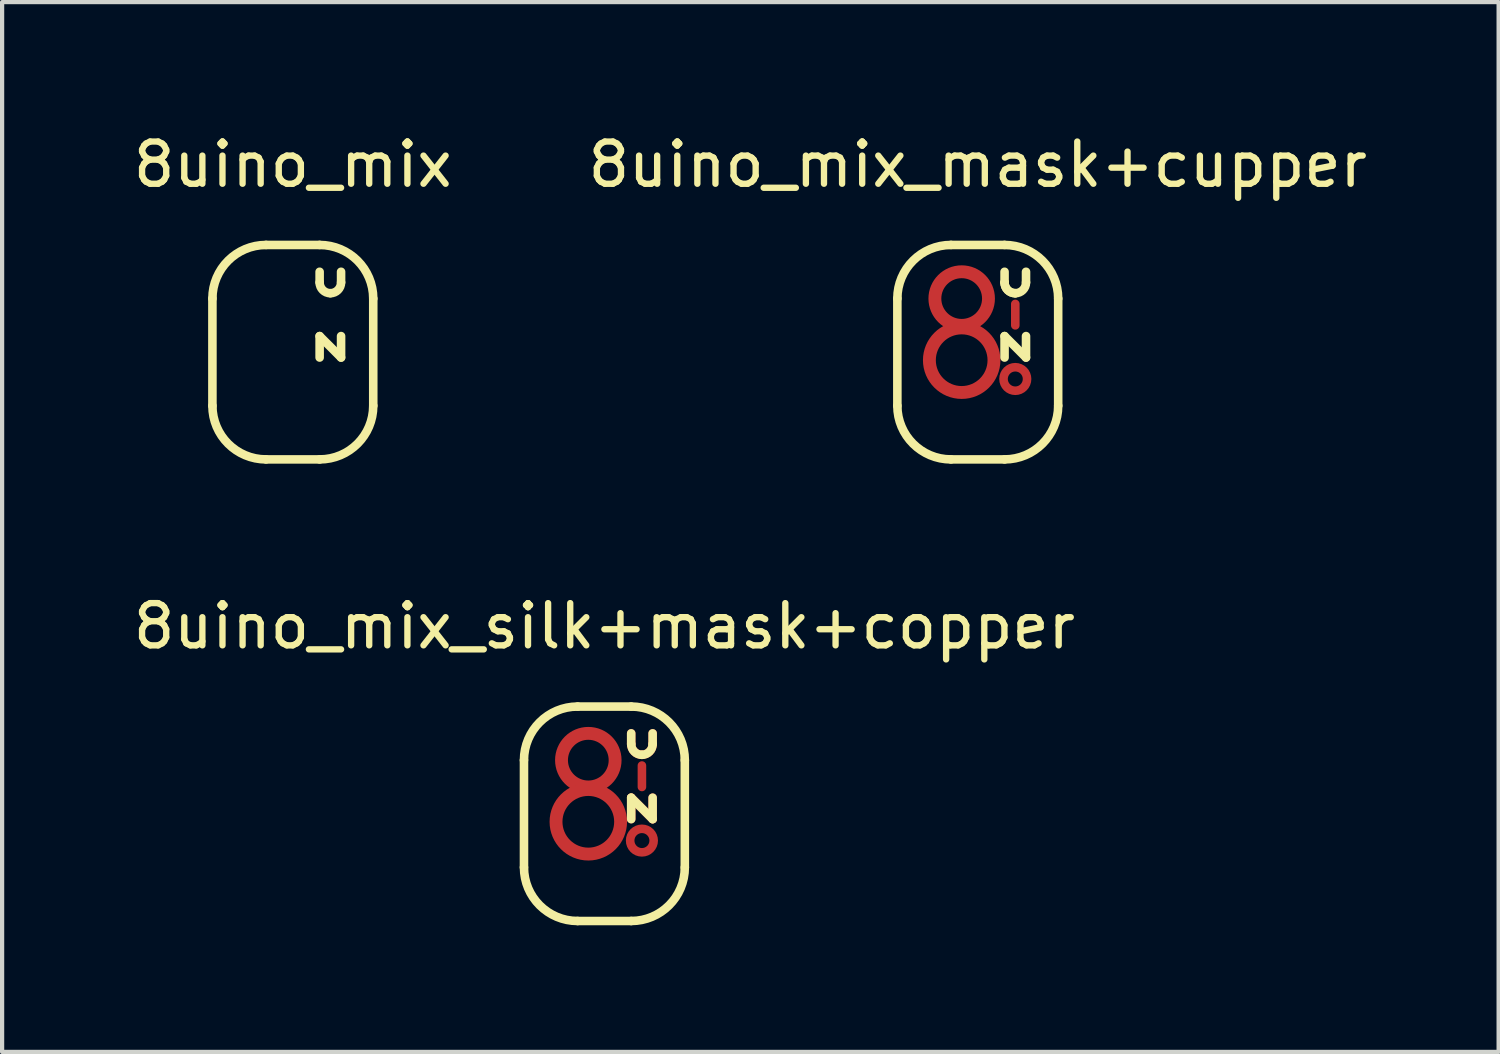
<source format=kicad_pcb>
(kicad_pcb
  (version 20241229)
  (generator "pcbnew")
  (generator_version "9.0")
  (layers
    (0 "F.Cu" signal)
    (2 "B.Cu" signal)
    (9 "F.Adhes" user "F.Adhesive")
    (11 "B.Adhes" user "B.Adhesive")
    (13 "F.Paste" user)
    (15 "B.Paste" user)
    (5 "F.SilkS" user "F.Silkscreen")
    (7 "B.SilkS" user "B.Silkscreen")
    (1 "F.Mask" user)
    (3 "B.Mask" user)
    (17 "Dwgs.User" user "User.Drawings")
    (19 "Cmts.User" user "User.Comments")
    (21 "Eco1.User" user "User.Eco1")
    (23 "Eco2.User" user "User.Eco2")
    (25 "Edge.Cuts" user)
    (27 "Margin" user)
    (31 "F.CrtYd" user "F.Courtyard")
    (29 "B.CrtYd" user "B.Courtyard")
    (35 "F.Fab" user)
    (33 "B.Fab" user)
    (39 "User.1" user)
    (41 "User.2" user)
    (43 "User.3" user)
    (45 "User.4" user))
  (footprint "8uino_mix_mask+cupper"
    (layer "F.Cu")
    (at 20.113 5.928)
    (property "Reference" "8uino_mix_mask+cupper" (at 0 -5.08 0) (layer "F.SilkS") (effects (font (size 1 1) (thickness 0.15))))
    (attr through_hole)
    (fp_line (start 0.889 -1.778) (end 0.889 -1.27) (stroke (width 0.203) (type solid)) (layer "F.Cu"))
    (fp_circle (center -0.381 -1.905) (end 0.127 -1.524) (stroke (width 0.305) (type solid)) (fill no) (layer "F.Cu"))
    (fp_circle (center -0.381 -0.445) (end 0.127 0.127) (stroke (width 0.305) (type solid)) (fill no) (layer "F.Cu"))
    (fp_circle (center 0.889 0) (end 1.168 0) (stroke (width 0.203) (type solid)) (fill no) (layer "F.Cu"))
    (fp_line (start 0.889 -1.778) (end 0.889 -1.27) (stroke (width 0.203) (type solid)) (layer "F.Mask"))
    (fp_circle (center -0.381 -1.905) (end 0.127 -1.524) (stroke (width 0.305) (type solid)) (fill no) (layer "F.Mask"))
    (fp_circle (center -0.381 -0.445) (end 0.127 0.127) (stroke (width 0.305) (type solid)) (fill no) (layer "F.Mask"))
    (fp_circle (center 0.889 0) (end 1.168 0) (stroke (width 0.203) (type solid)) (fill no) (layer "F.Mask"))
    (fp_line (start -1.905 -1.905) (end -1.905 0.635) (stroke (width 0.203) (type solid)) (layer "F.SilkS"))
    (fp_line (start 0.635 -3.175) (end -0.635 -3.175) (stroke (width 0.203) (type solid)) (layer "F.SilkS"))
    (fp_line (start 0.635 -2.286) (end 0.635 -2.54) (stroke (width 0.203) (type solid)) (layer "F.SilkS"))
    (fp_line (start 0.635 -1.016) (end 1.143 -0.508) (stroke (width 0.203) (type solid)) (layer "F.SilkS"))
    (fp_line (start 0.635 -0.508) (end 0.635 -1.016) (stroke (width 0.203) (type solid)) (layer "F.SilkS"))
    (fp_line (start 0.635 1.905) (end -0.635 1.905) (stroke (width 0.203) (type solid)) (layer "F.SilkS"))
    (fp_line (start 1.143 -2.286) (end 1.143 -2.54) (stroke (width 0.203) (type solid)) (layer "F.SilkS"))
    (fp_line (start 1.143 -0.508) (end 1.143 -1.016) (stroke (width 0.203) (type solid)) (layer "F.SilkS"))
    (fp_line (start 1.905 0.635) (end 1.905 -1.905) (stroke (width 0.203) (type solid)) (layer "F.SilkS"))
    (fp_arc (start -1.905 -1.905) (mid -1.533026 -2.803026) (end -0.635 -3.175) (stroke (width 0.2032) (type solid)) (layer "F.SilkS"))
    (fp_arc (start -0.635 1.905) (mid -1.533026 1.533026) (end -1.905 0.635) (stroke (width 0.2032) (type solid)) (layer "F.SilkS"))
    (fp_arc (start 0.635 -3.175) (mid 1.533026 -2.803026) (end 1.905 -1.905) (stroke (width 0.2032) (type solid)) (layer "F.SilkS"))
    (fp_arc (start 0.889 -2.032) (mid 0.709395 -2.106395) (end 0.635 -2.286) (stroke (width 0.2032) (type solid)) (layer "F.SilkS"))
    (fp_arc (start 0.889 -2.032) (mid 0.709395 -2.106395) (end 0.635 -2.286) (stroke (width 0.2032) (type solid)) (layer "F.SilkS"))
    (fp_arc (start 1.143 -2.286) (mid 1.068605 -2.106395) (end 0.889 -2.032) (stroke (width 0.2032) (type solid)) (layer "F.SilkS"))
    (fp_arc (start 1.905 0.635) (mid 1.533026 1.533026) (end 0.635 1.905) (stroke (width 0.2032) (type solid)) (layer "F.SilkS")))
  (footprint "8uino_mix"
    (layer "F.Cu")
    (at 3.887 5.928)
    (property "Reference" "8uino_mix" (at 0 -5.08 0) (layer "F.SilkS") (effects (font (size 1 1) (thickness 0.15))))
    (attr through_hole)
    (fp_line (start 0.889 -1.778) (end 0.889 -1.27) (stroke (width 0.203) (type solid)) (layer "F.Mask"))
    (fp_arc (start 0.635 0) (mid 0.709395 -0.179605) (end 0.889 -0.254) (stroke (width 0.2032) (type solid)) (layer "F.Mask"))
    (fp_arc (start 0.889 -0.254) (mid 1.068605 -0.179605) (end 1.143 0) (stroke (width 0.2032) (type solid)) (layer "F.Mask"))
    (fp_arc (start 0.889 0.254) (mid 0.709395 0.179605) (end 0.635 0) (stroke (width 0.2032) (type solid)) (layer "F.Mask"))
    (fp_arc (start 1.143 0) (mid 1.068605 0.179605) (end 0.889 0.254) (stroke (width 0.2032) (type solid)) (layer "F.Mask"))
    (fp_circle (center -0.381 -1.905) (end 0.127 -1.524) (stroke (width 0.3) (type solid)) (fill no) (layer "F.Mask"))
    (fp_circle (center -0.381 -0.445) (end 0.127 0.127) (stroke (width 0.3) (type solid)) (fill no) (layer "F.Mask"))
    (fp_line (start -1.905 -1.905) (end -1.905 0.635) (stroke (width 0.203) (type solid)) (layer "F.SilkS"))
    (fp_line (start 0.635 -3.175) (end -0.635 -3.175) (stroke (width 0.203) (type solid)) (layer "F.SilkS"))
    (fp_line (start 0.635 -2.286) (end 0.635 -2.54) (stroke (width 0.203) (type solid)) (layer "F.SilkS"))
    (fp_line (start 0.635 -1.016) (end 1.143 -0.508) (stroke (width 0.203) (type solid)) (layer "F.SilkS"))
    (fp_line (start 0.635 -0.508) (end 0.635 -1.016) (stroke (width 0.203) (type solid)) (layer "F.SilkS"))
    (fp_line (start 0.635 1.905) (end -0.635 1.905) (stroke (width 0.203) (type solid)) (layer "F.SilkS"))
    (fp_line (start 1.143 -2.286) (end 1.143 -2.54) (stroke (width 0.203) (type solid)) (layer "F.SilkS"))
    (fp_line (start 1.143 -0.508) (end 1.143 -1.016) (stroke (width 0.203) (type solid)) (layer "F.SilkS"))
    (fp_line (start 1.905 0.635) (end 1.905 -1.905) (stroke (width 0.203) (type solid)) (layer "F.SilkS"))
    (fp_arc (start -1.905 -1.905) (mid -1.533026 -2.803026) (end -0.635 -3.175) (stroke (width 0.2032) (type solid)) (layer "F.SilkS"))
    (fp_arc (start -0.635 1.905) (mid -1.533026 1.533026) (end -1.905 0.635) (stroke (width 0.2032) (type solid)) (layer "F.SilkS"))
    (fp_arc (start 0.635 -3.175) (mid 1.533026 -2.803026) (end 1.905 -1.905) (stroke (width 0.2032) (type solid)) (layer "F.SilkS"))
    (fp_arc (start 0.889 -2.032) (mid 0.709395 -2.106395) (end 0.635 -2.286) (stroke (width 0.2032) (type solid)) (layer "F.SilkS"))
    (fp_arc (start 1.143 -2.286) (mid 1.068605 -2.106395) (end 0.889 -2.032) (stroke (width 0.2032) (type solid)) (layer "F.SilkS"))
    (fp_arc (start 1.905 0.635) (mid 1.533026 1.533026) (end 0.635 1.905) (stroke (width 0.2032) (type solid)) (layer "F.SilkS")))
  (footprint "8uino_mix_silk+mask+copper"
    (layer "F.Cu")
    (at 11.268 16.863)
    (property "Reference" "8uino_mix_silk+mask+copper" (at 0 -5.08 0) (layer "F.SilkS") (effects (font (size 1 1) (thickness 0.15))))
    (attr through_hole)
    (fp_line (start 0.635 -2.286) (end 0.635 -2.54) (stroke (width 0.203) (type solid)) (layer "F.Cu"))
    (fp_line (start 0.635 -1.016) (end 1.143 -0.508) (stroke (width 0.203) (type solid)) (layer "F.Cu"))
    (fp_line (start 0.635 -0.508) (end 0.635 -1.016) (stroke (width 0.203) (type solid)) (layer "F.Cu"))
    (fp_line (start 0.889 -1.778) (end 0.889 -1.27) (stroke (width 0.203) (type solid)) (layer "F.Cu"))
    (fp_line (start 1.143 -2.54) (end 1.143 -2.286) (stroke (width 0.203) (type solid)) (layer "F.Cu"))
    (fp_line (start 1.143 -0.508) (end 1.143 -1.016) (stroke (width 0.203) (type solid)) (layer "F.Cu"))
    (fp_arc (start 0.889 -2.032) (mid 0.709395 -2.106395) (end 0.635 -2.286) (stroke (width 0.2032) (type solid)) (layer "F.Cu"))
    (fp_arc (start 1.143 -2.286) (mid 1.068605 -2.106395) (end 0.889 -2.032) (stroke (width 0.2032) (type solid)) (layer "F.Cu"))
    (fp_circle (center -0.381 -1.905) (end 0.127 -1.524) (stroke (width 0.305) (type solid)) (fill no) (layer "F.Cu"))
    (fp_circle (center -0.381 -0.445) (end 0.127 0.127) (stroke (width 0.305) (type solid)) (fill no) (layer "F.Cu"))
    (fp_circle (center 0.889 0) (end 1.168 0) (stroke (width 0.203) (type solid)) (fill no) (layer "F.Cu"))
    (fp_line (start 0.889 -1.778) (end 0.889 -1.27) (stroke (width 0.203) (type solid)) (layer "F.Mask"))
    (fp_circle (center -0.381 -1.905) (end 0.127 -1.524) (stroke (width 0.305) (type solid)) (fill no) (layer "F.Mask"))
    (fp_circle (center -0.381 -0.445) (end 0.127 0.127) (stroke (width 0.305) (type solid)) (fill no) (layer "F.Mask"))
    (fp_circle (center 0.889 0) (end 1.168 0) (stroke (width 0.203) (type solid)) (fill no) (layer "F.Mask"))
    (fp_line (start -1.905 -1.905) (end -1.905 0.635) (stroke (width 0.203) (type solid)) (layer "F.SilkS"))
    (fp_line (start 0.635 -3.175) (end -0.635 -3.175) (stroke (width 0.203) (type solid)) (layer "F.SilkS"))
    (fp_line (start 0.635 -2.54) (end 0.635 -2.286) (stroke (width 0.203) (type solid)) (layer "F.SilkS"))
    (fp_line (start 0.635 -1.016) (end 1.143 -0.508) (stroke (width 0.203) (type solid)) (layer "F.SilkS"))
    (fp_line (start 0.635 -0.508) (end 0.635 -1.016) (stroke (width 0.203) (type solid)) (layer "F.SilkS"))
    (fp_line (start 0.635 1.905) (end -0.635 1.905) (stroke (width 0.203) (type solid)) (layer "F.SilkS"))
    (fp_line (start 1.143 -2.286) (end 1.143 -2.54) (stroke (width 0.203) (type solid)) (layer "F.SilkS"))
    (fp_line (start 1.143 -0.508) (end 1.143 -1.016) (stroke (width 0.203) (type solid)) (layer "F.SilkS"))
    (fp_line (start 1.905 0.635) (end 1.905 -1.905) (stroke (width 0.203) (type solid)) (layer "F.SilkS"))
    (fp_arc (start -1.905 -1.905) (mid -1.533026 -2.803026) (end -0.635 -3.175) (stroke (width 0.2032) (type solid)) (layer "F.SilkS"))
    (fp_arc (start -0.635 1.905) (mid -1.533026 1.533026) (end -1.905 0.635) (stroke (width 0.2032) (type solid)) (layer "F.SilkS"))
    (fp_arc (start 0.635 -3.175) (mid 1.533026 -2.803026) (end 1.905 -1.905) (stroke (width 0.2032) (type solid)) (layer "F.SilkS"))
    (fp_arc (start 0.889 -2.032) (mid 0.709395 -2.106395) (end 0.635 -2.286) (stroke (width 0.2032) (type solid)) (layer "F.SilkS"))
    (fp_arc (start 1.143 -2.286) (mid 1.068605 -2.106395) (end 0.889 -2.032) (stroke (width 0.2032) (type solid)) (layer "F.SilkS"))
    (fp_arc (start 1.905 0.635) (mid 1.533026 1.533026) (end 0.635 1.905) (stroke (width 0.2032) (type solid)) (layer "F.SilkS")))
  (gr_rect
    (start -3 -3)
    (end 32.452 21.87)
    (stroke (width 0.1) (type default))
    (fill no)
    (layer "Edge.Cuts")))
</source>
